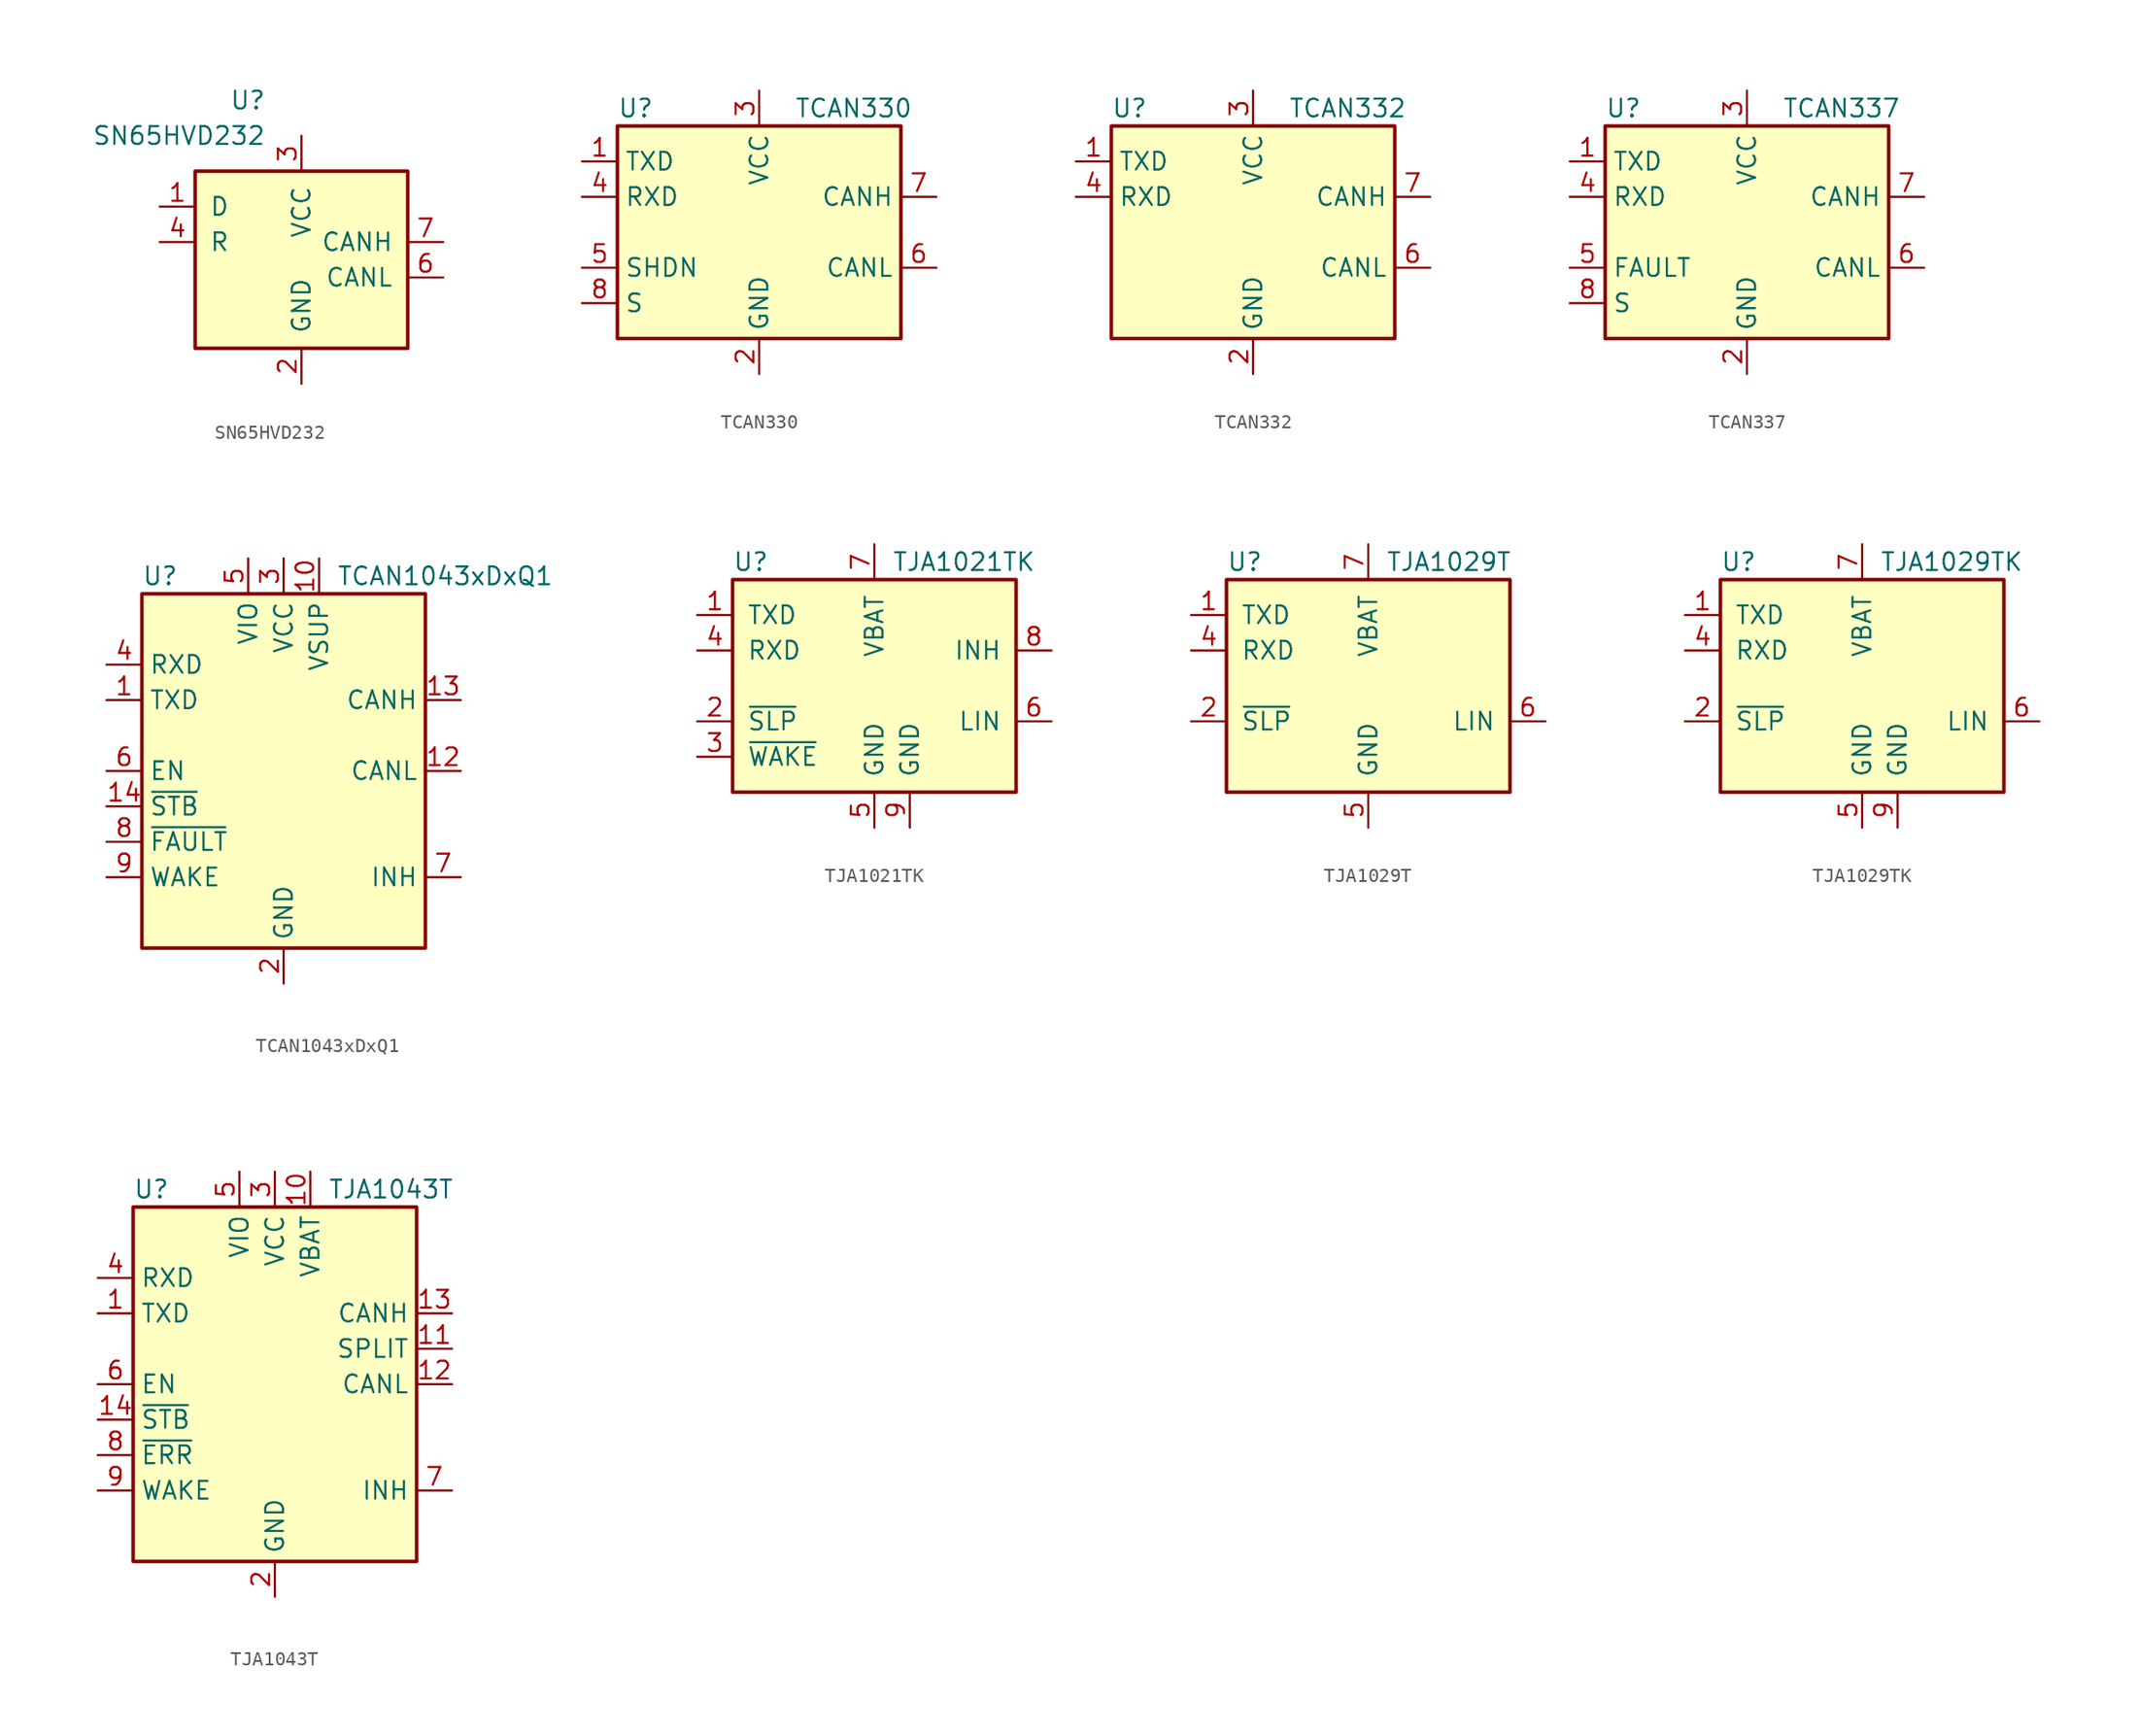
<source format=kicad_sym>
(kicad_symbol_lib
  (version 20201005)
  (generator kicad_symbol_editor)
  (symbol "SN65HVD232"
    (pin_names
      (offset 1.016))
    (property "Reference" "U"
      (at -2.54 10.16 0)
      (effects (font (size 1.27 1.27)) (justify right)))
    (property "Value" "SN65HVD232"
      (at -2.54 7.62 0)
      (effects (font (size 1.27 1.27)) (justify right)))
    (symbol "SN65HVD232_0_1"
      (rectangle (start -7.62 5.08) (end 7.62 -7.62) (stroke (width 0.254)) (fill (type background))))
    (symbol "SN65HVD232_1_1"
      (pin input line (at -10.16 2.54 0) (length 2.54) (name "D" (effects (font (size 1.27 1.27)))) (number "1" (effects (font (size 1.27 1.27)))))
      (pin power_in line (at 0 -10.16 90) (length 2.54) (name "GND" (effects (font (size 1.27 1.27)))) (number "2" (effects (font (size 1.27 1.27)))))
      (pin power_in line (at 0 7.62 270) (length 2.54) (name "VCC" (effects (font (size 1.27 1.27)))) (number "3" (effects (font (size 1.27 1.27)))))
      (pin output line (at -10.16 0 0) (length 2.54) (name "R" (effects (font (size 1.27 1.27)))) (number "4" (effects (font (size 1.27 1.27)))))
      (pin no_connect line (at -10.16 -2.54 0) (length 2.54) hide (name "NC" (effects (font (size 1.27 1.27)))) (number "5" (effects (font (size 1.27 1.27)))))
      (pin bidirectional line (at 10.16 -2.54 180) (length 2.54) (name "CANL" (effects (font (size 1.27 1.27)))) (number "6" (effects (font (size 1.27 1.27)))))
      (pin bidirectional line (at 10.16 0 180) (length 2.54) (name "CANH" (effects (font (size 1.27 1.27)))) (number "7" (effects (font (size 1.27 1.27)))))
      (pin no_connect line (at -10.16 -5.08 0) (length 2.54) hide (name "NC" (effects (font (size 1.27 1.27)))) (number "8" (effects (font (size 1.27 1.27)))))))
  (symbol "TCAN330"
    (property "Reference" "U"
      (at -10.16 8.89 0)
      (effects (font (size 1.27 1.27)) (justify left)))
    (property "Value" "TCAN330"
      (at 2.54 8.89 0)
      (effects (font (size 1.27 1.27)) (justify left)))
    (symbol "TCAN330_0_1"
      (rectangle (start -10.16 7.62) (end 10.16 -7.62) (stroke (width 0.254)) (fill (type background))))
    (symbol "TCAN330_1_1"
      (pin input line (at -12.7 5.08 0) (length 2.54) (name "TXD" (effects (font (size 1.27 1.27)))) (number "1" (effects (font (size 1.27 1.27)))))
      (pin power_in line (at 0 -10.16 90) (length 2.54) (name "GND" (effects (font (size 1.27 1.27)))) (number "2" (effects (font (size 1.27 1.27)))))
      (pin power_in line (at 0 10.16 270) (length 2.54) (name "VCC" (effects (font (size 1.27 1.27)))) (number "3" (effects (font (size 1.27 1.27)))))
      (pin tri_state line (at -12.7 2.54 0) (length 2.54) (name "RXD" (effects (font (size 1.27 1.27)))) (number "4" (effects (font (size 1.27 1.27)))))
      (pin input line (at -12.7 -2.54 0) (length 2.54) (name "SHDN" (effects (font (size 1.27 1.27)))) (number "5" (effects (font (size 1.27 1.27)))))
      (pin bidirectional line (at 12.7 -2.54 180) (length 2.54) (name "CANL" (effects (font (size 1.27 1.27)))) (number "6" (effects (font (size 1.27 1.27)))))
      (pin bidirectional line (at 12.7 2.54 180) (length 2.54) (name "CANH" (effects (font (size 1.27 1.27)))) (number "7" (effects (font (size 1.27 1.27)))))
      (pin input line (at -12.7 -5.08 0) (length 2.54) (name "S" (effects (font (size 1.27 1.27)))) (number "8" (effects (font (size 1.27 1.27)))))))
  (symbol "TCAN332"
    (property "Reference" "U"
      (at -10.16 8.89 0)
      (effects (font (size 1.27 1.27)) (justify left)))
    (property "Value" "TCAN332"
      (at 2.54 8.89 0)
      (effects (font (size 1.27 1.27)) (justify left)))
    (symbol "TCAN332_0_1"
      (rectangle (start -10.16 7.62) (end 10.16 -7.62) (stroke (width 0.254)) (fill (type background))))
    (symbol "TCAN332_1_1"
      (pin input line (at -12.7 5.08 0) (length 2.54) (name "TXD" (effects (font (size 1.27 1.27)))) (number "1" (effects (font (size 1.27 1.27)))))
      (pin power_in line (at 0 -10.16 90) (length 2.54) (name "GND" (effects (font (size 1.27 1.27)))) (number "2" (effects (font (size 1.27 1.27)))))
      (pin power_in line (at 0 10.16 270) (length 2.54) (name "VCC" (effects (font (size 1.27 1.27)))) (number "3" (effects (font (size 1.27 1.27)))))
      (pin tri_state line (at -12.7 2.54 0) (length 2.54) (name "RXD" (effects (font (size 1.27 1.27)))) (number "4" (effects (font (size 1.27 1.27)))))
      (pin no_connect line (at -10.16 -2.54 0) (length 2.54) hide (name "NC" (effects (font (size 1.27 1.27)))) (number "5" (effects (font (size 1.27 1.27)))))
      (pin bidirectional line (at 12.7 -2.54 180) (length 2.54) (name "CANL" (effects (font (size 1.27 1.27)))) (number "6" (effects (font (size 1.27 1.27)))))
      (pin bidirectional line (at 12.7 2.54 180) (length 2.54) (name "CANH" (effects (font (size 1.27 1.27)))) (number "7" (effects (font (size 1.27 1.27)))))
      (pin no_connect line (at -10.16 -5.08 0) (length 2.54) hide (name "NC" (effects (font (size 1.27 1.27)))) (number "8" (effects (font (size 1.27 1.27)))))))
  (symbol "TCAN337"
    (property "Reference" "U"
      (at -10.16 8.89 0)
      (effects (font (size 1.27 1.27)) (justify left)))
    (property "Value" "TCAN337"
      (at 2.54 8.89 0)
      (effects (font (size 1.27 1.27)) (justify left)))
    (symbol "TCAN337_0_1"
      (rectangle (start -10.16 7.62) (end 10.16 -7.62) (stroke (width 0.254)) (fill (type background))))
    (symbol "TCAN337_1_1"
      (pin input line (at -12.7 5.08 0) (length 2.54) (name "TXD" (effects (font (size 1.27 1.27)))) (number "1" (effects (font (size 1.27 1.27)))))
      (pin power_in line (at 0 -10.16 90) (length 2.54) (name "GND" (effects (font (size 1.27 1.27)))) (number "2" (effects (font (size 1.27 1.27)))))
      (pin power_in line (at 0 10.16 270) (length 2.54) (name "VCC" (effects (font (size 1.27 1.27)))) (number "3" (effects (font (size 1.27 1.27)))))
      (pin tri_state line (at -12.7 2.54 0) (length 2.54) (name "RXD" (effects (font (size 1.27 1.27)))) (number "4" (effects (font (size 1.27 1.27)))))
      (pin open_collector line (at -12.7 -2.54 0) (length 2.54) (name "FAULT" (effects (font (size 1.27 1.27)))) (number "5" (effects (font (size 1.27 1.27)))))
      (pin bidirectional line (at 12.7 -2.54 180) (length 2.54) (name "CANL" (effects (font (size 1.27 1.27)))) (number "6" (effects (font (size 1.27 1.27)))))
      (pin bidirectional line (at 12.7 2.54 180) (length 2.54) (name "CANH" (effects (font (size 1.27 1.27)))) (number "7" (effects (font (size 1.27 1.27)))))
      (pin input line (at -12.7 -5.08 0) (length 2.54) (name "S" (effects (font (size 1.27 1.27)))) (number "8" (effects (font (size 1.27 1.27)))))))
  (symbol "TCAN1043xDxQ1"
    (property "Reference" "U"
      (at -10.16 13.97 0)
      (effects (font (size 1.27 1.27)) (justify left)))
    (property "Value" "TCAN1043xDxQ1"
      (at 3.81 13.97 0)
      (effects (font (size 1.27 1.27)) (justify left)))
    (symbol "TCAN1043xDxQ1_0_1"
      (rectangle (start -10.16 12.7) (end 10.16 -12.7) (stroke (width 0.254)) (fill (type background))))
    (symbol "TCAN1043xDxQ1_1_1"
      (pin input line (at -12.7 5.08 0) (length 2.54) (name "TXD" (effects (font (size 1.27 1.27)))) (number "1" (effects (font (size 1.27 1.27)))))
      (pin power_in line (at 2.54 15.24 270) (length 2.54) (name "VSUP" (effects (font (size 1.27 1.27)))) (number "10" (effects (font (size 1.27 1.27)))))
      (pin no_connect line (at 10.16 -10.16 180) (length 2.54) hide (name "NC" (effects (font (size 1.27 1.27)))) (number "11" (effects (font (size 1.27 1.27)))))
      (pin bidirectional line (at 12.7 0 180) (length 2.54) (name "CANL" (effects (font (size 1.27 1.27)))) (number "12" (effects (font (size 1.27 1.27)))))
      (pin bidirectional line (at 12.7 5.08 180) (length 2.54) (name "CANH" (effects (font (size 1.27 1.27)))) (number "13" (effects (font (size 1.27 1.27)))))
      (pin input line (at -12.7 -2.54 0) (length 2.54) (name "~STB" (effects (font (size 1.27 1.27)))) (number "14" (effects (font (size 1.27 1.27)))))
      (pin power_in line (at 0 -15.24 90) (length 2.54) (name "GND" (effects (font (size 1.27 1.27)))) (number "2" (effects (font (size 1.27 1.27)))))
      (pin power_in line (at 0 15.24 270) (length 2.54) (name "VCC" (effects (font (size 1.27 1.27)))) (number "3" (effects (font (size 1.27 1.27)))))
      (pin output line (at -12.7 7.62 0) (length 2.54) (name "RXD" (effects (font (size 1.27 1.27)))) (number "4" (effects (font (size 1.27 1.27)))))
      (pin power_in line (at -2.54 15.24 270) (length 2.54) (name "VIO" (effects (font (size 1.27 1.27)))) (number "5" (effects (font (size 1.27 1.27)))))
      (pin input line (at -12.7 0 0) (length 2.54) (name "EN" (effects (font (size 1.27 1.27)))) (number "6" (effects (font (size 1.27 1.27)))))
      (pin open_emitter line (at 12.7 -7.62 180) (length 2.54) (name "INH" (effects (font (size 1.27 1.27)))) (number "7" (effects (font (size 1.27 1.27)))))
      (pin output line (at -12.7 -5.08 0) (length 2.54) (name "~FAULT" (effects (font (size 1.27 1.27)))) (number "8" (effects (font (size 1.27 1.27)))))
      (pin input line (at -12.7 -7.62 0) (length 2.54) (name "WAKE" (effects (font (size 1.27 1.27)))) (number "9" (effects (font (size 1.27 1.27)))))))
  (symbol "TJA1021TK"
    (pin_names
      (offset 1.016))
    (property "Reference" "U"
      (at -10.16 8.89 0)
      (effects (font (size 1.27 1.27)) (justify left)))
    (property "Value" "TJA1021TK"
      (at 1.27 8.89 0)
      (effects (font (size 1.27 1.27)) (justify left)))
    (symbol "TJA1021TK_0_1"
      (rectangle (start -10.16 7.62) (end 10.16 -7.62) (stroke (width 0.254)) (fill (type background))))
    (symbol "TJA1021TK_1_1"
      (pin input line (at -12.7 5.08 0) (length 2.54) (name "TXD" (effects (font (size 1.27 1.27)))) (number "1" (effects (font (size 1.27 1.27)))))
      (pin input line (at -12.7 -2.54 0) (length 2.54) (name "~SLP~" (effects (font (size 1.27 1.27)))) (number "2" (effects (font (size 1.27 1.27)))))
      (pin input line (at -12.7 -5.08 0) (length 2.54) (name "~WAKE~" (effects (font (size 1.27 1.27)))) (number "3" (effects (font (size 1.27 1.27)))))
      (pin output line (at -12.7 2.54 0) (length 2.54) (name "RXD" (effects (font (size 1.27 1.27)))) (number "4" (effects (font (size 1.27 1.27)))))
      (pin power_in line (at 0 -10.16 90) (length 2.54) (name "GND" (effects (font (size 1.27 1.27)))) (number "5" (effects (font (size 1.27 1.27)))))
      (pin bidirectional line (at 12.7 -2.54 180) (length 2.54) (name "LIN" (effects (font (size 1.27 1.27)))) (number "6" (effects (font (size 1.27 1.27)))))
      (pin power_in line (at 0 10.16 270) (length 2.54) (name "VBAT" (effects (font (size 1.27 1.27)))) (number "7" (effects (font (size 1.27 1.27)))))
      (pin output line (at 12.7 2.54 180) (length 2.54) (name "INH" (effects (font (size 1.27 1.27)))) (number "8" (effects (font (size 1.27 1.27)))))
      (pin power_in line (at 2.54 -10.16 90) (length 2.54) (name "GND" (effects (font (size 1.27 1.27)))) (number "9" (effects (font (size 1.27 1.27)))))))
  (symbol "TJA1029T"
    (pin_names
      (offset 1.016))
    (property "Reference" "U"
      (at -10.16 8.89 0)
      (effects (font (size 1.27 1.27)) (justify left)))
    (property "Value" "TJA1029T"
      (at 1.27 8.89 0)
      (effects (font (size 1.27 1.27)) (justify left)))
    (symbol "TJA1029T_0_1"
      (rectangle (start -10.16 7.62) (end 10.16 -7.62) (stroke (width 0.254)) (fill (type background))))
    (symbol "TJA1029T_1_1"
      (pin input line (at -12.7 5.08 0) (length 2.54) (name "TXD" (effects (font (size 1.27 1.27)))) (number "1" (effects (font (size 1.27 1.27)))))
      (pin input line (at -12.7 -2.54 0) (length 2.54) (name "~SLP~" (effects (font (size 1.27 1.27)))) (number "2" (effects (font (size 1.27 1.27)))))
      (pin no_connect line (at -12.7 -5.08 0) (length 2.54) hide (name "NC" (effects (font (size 1.27 1.27)))) (number "3" (effects (font (size 1.27 1.27)))))
      (pin output line (at -12.7 2.54 0) (length 2.54) (name "RXD" (effects (font (size 1.27 1.27)))) (number "4" (effects (font (size 1.27 1.27)))))
      (pin power_in line (at 0 -10.16 90) (length 2.54) (name "GND" (effects (font (size 1.27 1.27)))) (number "5" (effects (font (size 1.27 1.27)))))
      (pin bidirectional line (at 12.7 -2.54 180) (length 2.54) (name "LIN" (effects (font (size 1.27 1.27)))) (number "6" (effects (font (size 1.27 1.27)))))
      (pin power_in line (at 0 10.16 270) (length 2.54) (name "VBAT" (effects (font (size 1.27 1.27)))) (number "7" (effects (font (size 1.27 1.27)))))
      (pin no_connect line (at 12.7 2.54 180) (length 2.54) hide (name "NC" (effects (font (size 1.27 1.27)))) (number "8" (effects (font (size 1.27 1.27)))))))
  (symbol "TJA1029TK"
    (pin_names
      (offset 1.016))
    (property "Reference" "U"
      (at -10.16 8.89 0)
      (effects (font (size 1.27 1.27)) (justify left)))
    (property "Value" "TJA1029TK"
      (at 1.27 8.89 0)
      (effects (font (size 1.27 1.27)) (justify left)))
    (symbol "TJA1029TK_0_1"
      (rectangle (start -10.16 7.62) (end 10.16 -7.62) (stroke (width 0.254)) (fill (type background))))
    (symbol "TJA1029TK_1_1"
      (pin input line (at -12.7 5.08 0) (length 2.54) (name "TXD" (effects (font (size 1.27 1.27)))) (number "1" (effects (font (size 1.27 1.27)))))
      (pin input line (at -12.7 -2.54 0) (length 2.54) (name "~SLP~" (effects (font (size 1.27 1.27)))) (number "2" (effects (font (size 1.27 1.27)))))
      (pin no_connect line (at -12.7 -5.08 0) (length 2.54) hide (name "NC" (effects (font (size 1.27 1.27)))) (number "3" (effects (font (size 1.27 1.27)))))
      (pin output line (at -12.7 2.54 0) (length 2.54) (name "RXD" (effects (font (size 1.27 1.27)))) (number "4" (effects (font (size 1.27 1.27)))))
      (pin power_in line (at 0 -10.16 90) (length 2.54) (name "GND" (effects (font (size 1.27 1.27)))) (number "5" (effects (font (size 1.27 1.27)))))
      (pin bidirectional line (at 12.7 -2.54 180) (length 2.54) (name "LIN" (effects (font (size 1.27 1.27)))) (number "6" (effects (font (size 1.27 1.27)))))
      (pin power_in line (at 0 10.16 270) (length 2.54) (name "VBAT" (effects (font (size 1.27 1.27)))) (number "7" (effects (font (size 1.27 1.27)))))
      (pin no_connect line (at 12.7 2.54 180) (length 2.54) hide (name "NC" (effects (font (size 1.27 1.27)))) (number "8" (effects (font (size 1.27 1.27)))))
      (pin power_in line (at 2.54 -10.16 90) (length 2.54) (name "GND" (effects (font (size 1.27 1.27)))) (number "9" (effects (font (size 1.27 1.27)))))))
  (symbol "TJA1043T"
    (property "Reference" "U"
      (at -10.16 13.97 0)
      (effects (font (size 1.27 1.27)) (justify left)))
    (property "Value" "TJA1043T"
      (at 3.81 13.97 0)
      (effects (font (size 1.27 1.27)) (justify left)))
    (symbol "TJA1043T_0_1"
      (rectangle (start -10.16 12.7) (end 10.16 -12.7) (stroke (width 0.254)) (fill (type background))))
    (symbol "TJA1043T_1_1"
      (pin input line (at -12.7 5.08 0) (length 2.54) (name "TXD" (effects (font (size 1.27 1.27)))) (number "1" (effects (font (size 1.27 1.27)))))
      (pin power_in line (at 2.54 15.24 270) (length 2.54) (name "VBAT" (effects (font (size 1.27 1.27)))) (number "10" (effects (font (size 1.27 1.27)))))
      (pin output line (at 12.7 2.54 180) (length 2.54) (name "SPLIT" (effects (font (size 1.27 1.27)))) (number "11" (effects (font (size 1.27 1.27)))))
      (pin bidirectional line (at 12.7 0 180) (length 2.54) (name "CANL" (effects (font (size 1.27 1.27)))) (number "12" (effects (font (size 1.27 1.27)))))
      (pin bidirectional line (at 12.7 5.08 180) (length 2.54) (name "CANH" (effects (font (size 1.27 1.27)))) (number "13" (effects (font (size 1.27 1.27)))))
      (pin input line (at -12.7 -2.54 0) (length 2.54) (name "~STB" (effects (font (size 1.27 1.27)))) (number "14" (effects (font (size 1.27 1.27)))))
      (pin power_in line (at 0 -15.24 90) (length 2.54) (name "GND" (effects (font (size 1.27 1.27)))) (number "2" (effects (font (size 1.27 1.27)))))
      (pin power_in line (at 0 15.24 270) (length 2.54) (name "VCC" (effects (font (size 1.27 1.27)))) (number "3" (effects (font (size 1.27 1.27)))))
      (pin output line (at -12.7 7.62 0) (length 2.54) (name "RXD" (effects (font (size 1.27 1.27)))) (number "4" (effects (font (size 1.27 1.27)))))
      (pin power_in line (at -2.54 15.24 270) (length 2.54) (name "VIO" (effects (font (size 1.27 1.27)))) (number "5" (effects (font (size 1.27 1.27)))))
      (pin input line (at -12.7 0 0) (length 2.54) (name "EN" (effects (font (size 1.27 1.27)))) (number "6" (effects (font (size 1.27 1.27)))))
      (pin open_emitter line (at 12.7 -7.62 180) (length 2.54) (name "INH" (effects (font (size 1.27 1.27)))) (number "7" (effects (font (size 1.27 1.27)))))
      (pin output line (at -12.7 -5.08 0) (length 2.54) (name "~ERR" (effects (font (size 1.27 1.27)))) (number "8" (effects (font (size 1.27 1.27)))))
      (pin input line (at -12.7 -7.62 0) (length 2.54) (name "WAKE" (effects (font (size 1.27 1.27)))) (number "9" (effects (font (size 1.27 1.27))))))))
</source>
